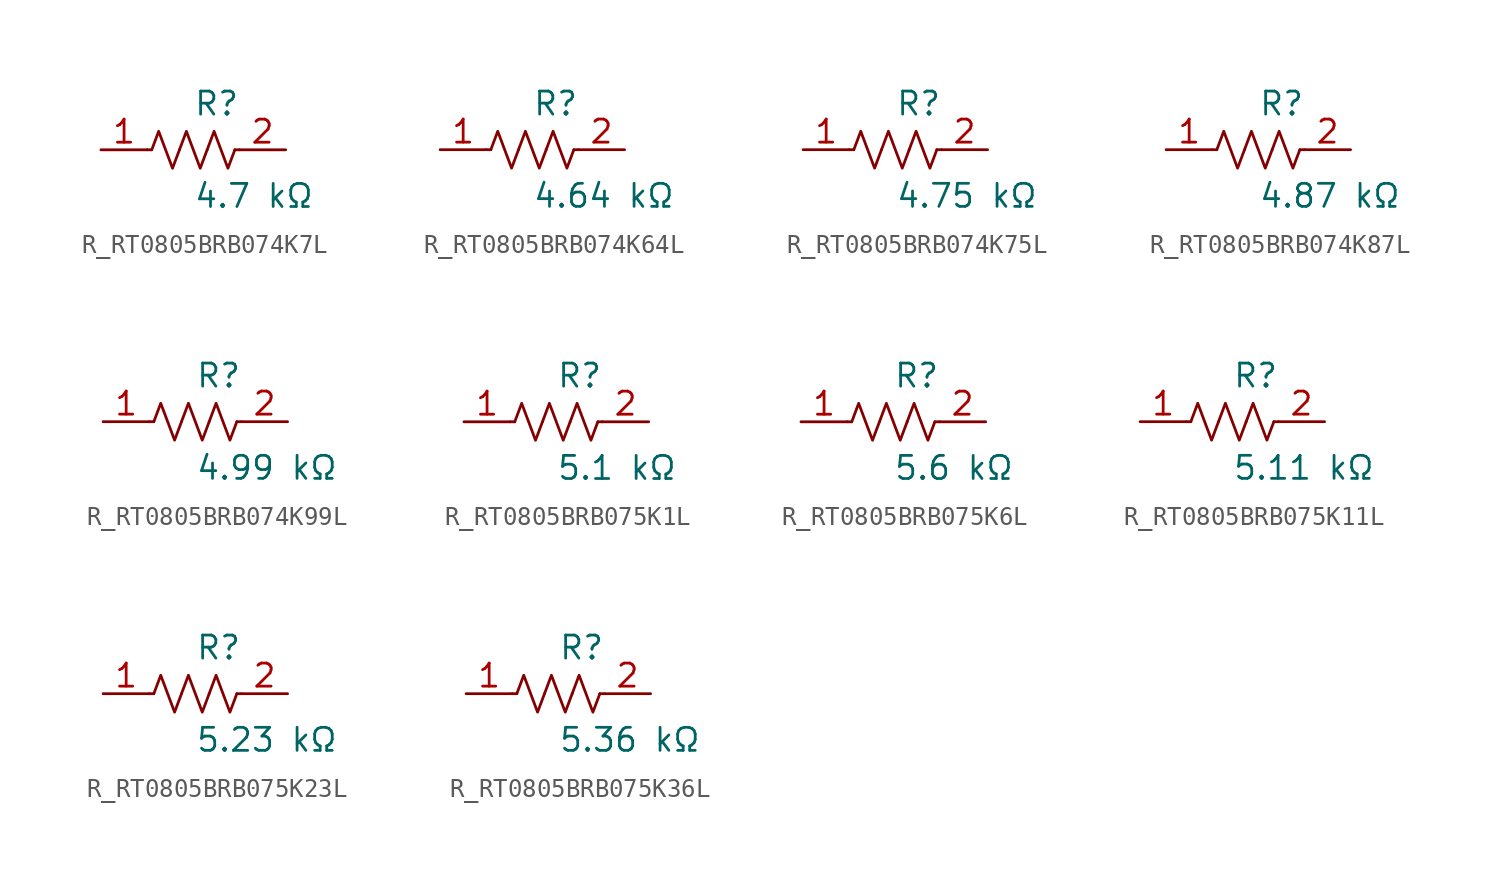
<source format=kicad_sym>
(kicad_symbol_lib
  (version 20231120)
  (generator kicad_symbol_editor)
  (generator_version 8.0)
  (symbol "R_RT0805BRB074K7L"
    (pin_names
      (offset 0.254))
    (property "Reference" "R"
      (at 0.0 2.54 0)
      (effects (font (size 1.27 1.27)) (justify left)))
    (property "Value" "4.7 kΩ"
      (at 0.0 -2.54 0)
      (effects (font (size 1.27 1.27)) (justify left)))
    (symbol "R_RT0805BRB074K7L_0_1"
      (polyline (pts (xy 2.286 0) (xy 2.54 0)) (stroke (width 0) (type default)) (fill (type none)))
      (polyline (pts (xy -2.286 0) (xy -2.54 0)) (stroke (width 0) (type default)) (fill (type none)))
      (polyline (pts (xy 0.762 0) (xy 1.143 1.016) (xy 1.524 0) (xy 1.905 -1.016) (xy 2.286 0)) (stroke (width 0) (type default)) (fill (type none)))
      (polyline (pts (xy -0.762 0) (xy -0.381 1.016) (xy 0 0) (xy 0.381 -1.016) (xy 0.762 0)) (stroke (width 0) (type default)) (fill (type none)))
      (polyline (pts (xy -2.286 0) (xy -1.905 1.016) (xy -1.524 0) (xy -1.143 -1.016) (xy -0.762 0)) (stroke (width 0) (type default)) (fill (type none))))
    (pin unspecified line
      (at -5.08 0 0)
      (length 2.54)
      (name "" (effects (font (size 1.27 1.27))))
      (number "1" (effects (font (size 1.27 1.27)))))
    (pin unspecified line
      (at 5.08 0 180)
      (length 2.54)
      (name "" (effects (font (size 1.27 1.27))))
      (number "2" (effects (font (size 1.27 1.27))))))
  (symbol "R_RT0805BRB074K64L"
    (pin_names
      (offset 0.254))
    (property "Reference" "R"
      (at 0.0 2.54 0)
      (effects (font (size 1.27 1.27)) (justify left)))
    (property "Value" "4.64 kΩ"
      (at 0.0 -2.54 0)
      (effects (font (size 1.27 1.27)) (justify left)))
    (symbol "R_RT0805BRB074K64L_0_1"
      (polyline (pts (xy 2.286 0) (xy 2.54 0)) (stroke (width 0) (type default)) (fill (type none)))
      (polyline (pts (xy -2.286 0) (xy -2.54 0)) (stroke (width 0) (type default)) (fill (type none)))
      (polyline (pts (xy 0.762 0) (xy 1.143 1.016) (xy 1.524 0) (xy 1.905 -1.016) (xy 2.286 0)) (stroke (width 0) (type default)) (fill (type none)))
      (polyline (pts (xy -0.762 0) (xy -0.381 1.016) (xy 0 0) (xy 0.381 -1.016) (xy 0.762 0)) (stroke (width 0) (type default)) (fill (type none)))
      (polyline (pts (xy -2.286 0) (xy -1.905 1.016) (xy -1.524 0) (xy -1.143 -1.016) (xy -0.762 0)) (stroke (width 0) (type default)) (fill (type none))))
    (pin unspecified line
      (at -5.08 0 0)
      (length 2.54)
      (name "" (effects (font (size 1.27 1.27))))
      (number "1" (effects (font (size 1.27 1.27)))))
    (pin unspecified line
      (at 5.08 0 180)
      (length 2.54)
      (name "" (effects (font (size 1.27 1.27))))
      (number "2" (effects (font (size 1.27 1.27))))))
  (symbol "R_RT0805BRB074K75L"
    (pin_names
      (offset 0.254))
    (property "Reference" "R"
      (at 0.0 2.54 0)
      (effects (font (size 1.27 1.27)) (justify left)))
    (property "Value" "4.75 kΩ"
      (at 0.0 -2.54 0)
      (effects (font (size 1.27 1.27)) (justify left)))
    (symbol "R_RT0805BRB074K75L_0_1"
      (polyline (pts (xy 2.286 0) (xy 2.54 0)) (stroke (width 0) (type default)) (fill (type none)))
      (polyline (pts (xy -2.286 0) (xy -2.54 0)) (stroke (width 0) (type default)) (fill (type none)))
      (polyline (pts (xy 0.762 0) (xy 1.143 1.016) (xy 1.524 0) (xy 1.905 -1.016) (xy 2.286 0)) (stroke (width 0) (type default)) (fill (type none)))
      (polyline (pts (xy -0.762 0) (xy -0.381 1.016) (xy 0 0) (xy 0.381 -1.016) (xy 0.762 0)) (stroke (width 0) (type default)) (fill (type none)))
      (polyline (pts (xy -2.286 0) (xy -1.905 1.016) (xy -1.524 0) (xy -1.143 -1.016) (xy -0.762 0)) (stroke (width 0) (type default)) (fill (type none))))
    (pin unspecified line
      (at -5.08 0 0)
      (length 2.54)
      (name "" (effects (font (size 1.27 1.27))))
      (number "1" (effects (font (size 1.27 1.27)))))
    (pin unspecified line
      (at 5.08 0 180)
      (length 2.54)
      (name "" (effects (font (size 1.27 1.27))))
      (number "2" (effects (font (size 1.27 1.27))))))
  (symbol "R_RT0805BRB074K87L"
    (pin_names
      (offset 0.254))
    (property "Reference" "R"
      (at 0.0 2.54 0)
      (effects (font (size 1.27 1.27)) (justify left)))
    (property "Value" "4.87 kΩ"
      (at 0.0 -2.54 0)
      (effects (font (size 1.27 1.27)) (justify left)))
    (symbol "R_RT0805BRB074K87L_0_1"
      (polyline (pts (xy 2.286 0) (xy 2.54 0)) (stroke (width 0) (type default)) (fill (type none)))
      (polyline (pts (xy -2.286 0) (xy -2.54 0)) (stroke (width 0) (type default)) (fill (type none)))
      (polyline (pts (xy 0.762 0) (xy 1.143 1.016) (xy 1.524 0) (xy 1.905 -1.016) (xy 2.286 0)) (stroke (width 0) (type default)) (fill (type none)))
      (polyline (pts (xy -0.762 0) (xy -0.381 1.016) (xy 0 0) (xy 0.381 -1.016) (xy 0.762 0)) (stroke (width 0) (type default)) (fill (type none)))
      (polyline (pts (xy -2.286 0) (xy -1.905 1.016) (xy -1.524 0) (xy -1.143 -1.016) (xy -0.762 0)) (stroke (width 0) (type default)) (fill (type none))))
    (pin unspecified line
      (at -5.08 0 0)
      (length 2.54)
      (name "" (effects (font (size 1.27 1.27))))
      (number "1" (effects (font (size 1.27 1.27)))))
    (pin unspecified line
      (at 5.08 0 180)
      (length 2.54)
      (name "" (effects (font (size 1.27 1.27))))
      (number "2" (effects (font (size 1.27 1.27))))))
  (symbol "R_RT0805BRB074K99L"
    (pin_names
      (offset 0.254))
    (property "Reference" "R"
      (at 0.0 2.54 0)
      (effects (font (size 1.27 1.27)) (justify left)))
    (property "Value" "4.99 kΩ"
      (at 0.0 -2.54 0)
      (effects (font (size 1.27 1.27)) (justify left)))
    (symbol "R_RT0805BRB074K99L_0_1"
      (polyline (pts (xy 2.286 0) (xy 2.54 0)) (stroke (width 0) (type default)) (fill (type none)))
      (polyline (pts (xy -2.286 0) (xy -2.54 0)) (stroke (width 0) (type default)) (fill (type none)))
      (polyline (pts (xy 0.762 0) (xy 1.143 1.016) (xy 1.524 0) (xy 1.905 -1.016) (xy 2.286 0)) (stroke (width 0) (type default)) (fill (type none)))
      (polyline (pts (xy -0.762 0) (xy -0.381 1.016) (xy 0 0) (xy 0.381 -1.016) (xy 0.762 0)) (stroke (width 0) (type default)) (fill (type none)))
      (polyline (pts (xy -2.286 0) (xy -1.905 1.016) (xy -1.524 0) (xy -1.143 -1.016) (xy -0.762 0)) (stroke (width 0) (type default)) (fill (type none))))
    (pin unspecified line
      (at -5.08 0 0)
      (length 2.54)
      (name "" (effects (font (size 1.27 1.27))))
      (number "1" (effects (font (size 1.27 1.27)))))
    (pin unspecified line
      (at 5.08 0 180)
      (length 2.54)
      (name "" (effects (font (size 1.27 1.27))))
      (number "2" (effects (font (size 1.27 1.27))))))
  (symbol "R_RT0805BRB075K1L"
    (pin_names
      (offset 0.254))
    (property "Reference" "R"
      (at 0.0 2.54 0)
      (effects (font (size 1.27 1.27)) (justify left)))
    (property "Value" "5.1 kΩ"
      (at 0.0 -2.54 0)
      (effects (font (size 1.27 1.27)) (justify left)))
    (symbol "R_RT0805BRB075K1L_0_1"
      (polyline (pts (xy 2.286 0) (xy 2.54 0)) (stroke (width 0) (type default)) (fill (type none)))
      (polyline (pts (xy -2.286 0) (xy -2.54 0)) (stroke (width 0) (type default)) (fill (type none)))
      (polyline (pts (xy 0.762 0) (xy 1.143 1.016) (xy 1.524 0) (xy 1.905 -1.016) (xy 2.286 0)) (stroke (width 0) (type default)) (fill (type none)))
      (polyline (pts (xy -0.762 0) (xy -0.381 1.016) (xy 0 0) (xy 0.381 -1.016) (xy 0.762 0)) (stroke (width 0) (type default)) (fill (type none)))
      (polyline (pts (xy -2.286 0) (xy -1.905 1.016) (xy -1.524 0) (xy -1.143 -1.016) (xy -0.762 0)) (stroke (width 0) (type default)) (fill (type none))))
    (pin unspecified line
      (at -5.08 0 0)
      (length 2.54)
      (name "" (effects (font (size 1.27 1.27))))
      (number "1" (effects (font (size 1.27 1.27)))))
    (pin unspecified line
      (at 5.08 0 180)
      (length 2.54)
      (name "" (effects (font (size 1.27 1.27))))
      (number "2" (effects (font (size 1.27 1.27))))))
  (symbol "R_RT0805BRB075K6L"
    (pin_names
      (offset 0.254))
    (property "Reference" "R"
      (at 0.0 2.54 0)
      (effects (font (size 1.27 1.27)) (justify left)))
    (property "Value" "5.6 kΩ"
      (at 0.0 -2.54 0)
      (effects (font (size 1.27 1.27)) (justify left)))
    (symbol "R_RT0805BRB075K6L_0_1"
      (polyline (pts (xy 2.286 0) (xy 2.54 0)) (stroke (width 0) (type default)) (fill (type none)))
      (polyline (pts (xy -2.286 0) (xy -2.54 0)) (stroke (width 0) (type default)) (fill (type none)))
      (polyline (pts (xy 0.762 0) (xy 1.143 1.016) (xy 1.524 0) (xy 1.905 -1.016) (xy 2.286 0)) (stroke (width 0) (type default)) (fill (type none)))
      (polyline (pts (xy -0.762 0) (xy -0.381 1.016) (xy 0 0) (xy 0.381 -1.016) (xy 0.762 0)) (stroke (width 0) (type default)) (fill (type none)))
      (polyline (pts (xy -2.286 0) (xy -1.905 1.016) (xy -1.524 0) (xy -1.143 -1.016) (xy -0.762 0)) (stroke (width 0) (type default)) (fill (type none))))
    (pin unspecified line
      (at -5.08 0 0)
      (length 2.54)
      (name "" (effects (font (size 1.27 1.27))))
      (number "1" (effects (font (size 1.27 1.27)))))
    (pin unspecified line
      (at 5.08 0 180)
      (length 2.54)
      (name "" (effects (font (size 1.27 1.27))))
      (number "2" (effects (font (size 1.27 1.27))))))
  (symbol "R_RT0805BRB075K11L"
    (pin_names
      (offset 0.254))
    (property "Reference" "R"
      (at 0.0 2.54 0)
      (effects (font (size 1.27 1.27)) (justify left)))
    (property "Value" "5.11 kΩ"
      (at 0.0 -2.54 0)
      (effects (font (size 1.27 1.27)) (justify left)))
    (symbol "R_RT0805BRB075K11L_0_1"
      (polyline (pts (xy 2.286 0) (xy 2.54 0)) (stroke (width 0) (type default)) (fill (type none)))
      (polyline (pts (xy -2.286 0) (xy -2.54 0)) (stroke (width 0) (type default)) (fill (type none)))
      (polyline (pts (xy 0.762 0) (xy 1.143 1.016) (xy 1.524 0) (xy 1.905 -1.016) (xy 2.286 0)) (stroke (width 0) (type default)) (fill (type none)))
      (polyline (pts (xy -0.762 0) (xy -0.381 1.016) (xy 0 0) (xy 0.381 -1.016) (xy 0.762 0)) (stroke (width 0) (type default)) (fill (type none)))
      (polyline (pts (xy -2.286 0) (xy -1.905 1.016) (xy -1.524 0) (xy -1.143 -1.016) (xy -0.762 0)) (stroke (width 0) (type default)) (fill (type none))))
    (pin unspecified line
      (at -5.08 0 0)
      (length 2.54)
      (name "" (effects (font (size 1.27 1.27))))
      (number "1" (effects (font (size 1.27 1.27)))))
    (pin unspecified line
      (at 5.08 0 180)
      (length 2.54)
      (name "" (effects (font (size 1.27 1.27))))
      (number "2" (effects (font (size 1.27 1.27))))))
  (symbol "R_RT0805BRB075K23L"
    (pin_names
      (offset 0.254))
    (property "Reference" "R"
      (at 0.0 2.54 0)
      (effects (font (size 1.27 1.27)) (justify left)))
    (property "Value" "5.23 kΩ"
      (at 0.0 -2.54 0)
      (effects (font (size 1.27 1.27)) (justify left)))
    (symbol "R_RT0805BRB075K23L_0_1"
      (polyline (pts (xy 2.286 0) (xy 2.54 0)) (stroke (width 0) (type default)) (fill (type none)))
      (polyline (pts (xy -2.286 0) (xy -2.54 0)) (stroke (width 0) (type default)) (fill (type none)))
      (polyline (pts (xy 0.762 0) (xy 1.143 1.016) (xy 1.524 0) (xy 1.905 -1.016) (xy 2.286 0)) (stroke (width 0) (type default)) (fill (type none)))
      (polyline (pts (xy -0.762 0) (xy -0.381 1.016) (xy 0 0) (xy 0.381 -1.016) (xy 0.762 0)) (stroke (width 0) (type default)) (fill (type none)))
      (polyline (pts (xy -2.286 0) (xy -1.905 1.016) (xy -1.524 0) (xy -1.143 -1.016) (xy -0.762 0)) (stroke (width 0) (type default)) (fill (type none))))
    (pin unspecified line
      (at -5.08 0 0)
      (length 2.54)
      (name "" (effects (font (size 1.27 1.27))))
      (number "1" (effects (font (size 1.27 1.27)))))
    (pin unspecified line
      (at 5.08 0 180)
      (length 2.54)
      (name "" (effects (font (size 1.27 1.27))))
      (number "2" (effects (font (size 1.27 1.27))))))
  (symbol "R_RT0805BRB075K36L"
    (pin_names
      (offset 0.254))
    (property "Reference" "R"
      (at 0.0 2.54 0)
      (effects (font (size 1.27 1.27)) (justify left)))
    (property "Value" "5.36 kΩ"
      (at 0.0 -2.54 0)
      (effects (font (size 1.27 1.27)) (justify left)))
    (symbol "R_RT0805BRB075K36L_0_1"
      (polyline (pts (xy 2.286 0) (xy 2.54 0)) (stroke (width 0) (type default)) (fill (type none)))
      (polyline (pts (xy -2.286 0) (xy -2.54 0)) (stroke (width 0) (type default)) (fill (type none)))
      (polyline (pts (xy 0.762 0) (xy 1.143 1.016) (xy 1.524 0) (xy 1.905 -1.016) (xy 2.286 0)) (stroke (width 0) (type default)) (fill (type none)))
      (polyline (pts (xy -0.762 0) (xy -0.381 1.016) (xy 0 0) (xy 0.381 -1.016) (xy 0.762 0)) (stroke (width 0) (type default)) (fill (type none)))
      (polyline (pts (xy -2.286 0) (xy -1.905 1.016) (xy -1.524 0) (xy -1.143 -1.016) (xy -0.762 0)) (stroke (width 0) (type default)) (fill (type none))))
    (pin unspecified line
      (at -5.08 0 0)
      (length 2.54)
      (name "" (effects (font (size 1.27 1.27))))
      (number "1" (effects (font (size 1.27 1.27)))))
    (pin unspecified line
      (at 5.08 0 180)
      (length 2.54)
      (name "" (effects (font (size 1.27 1.27))))
      (number "2" (effects (font (size 1.27 1.27)))))))
</source>
